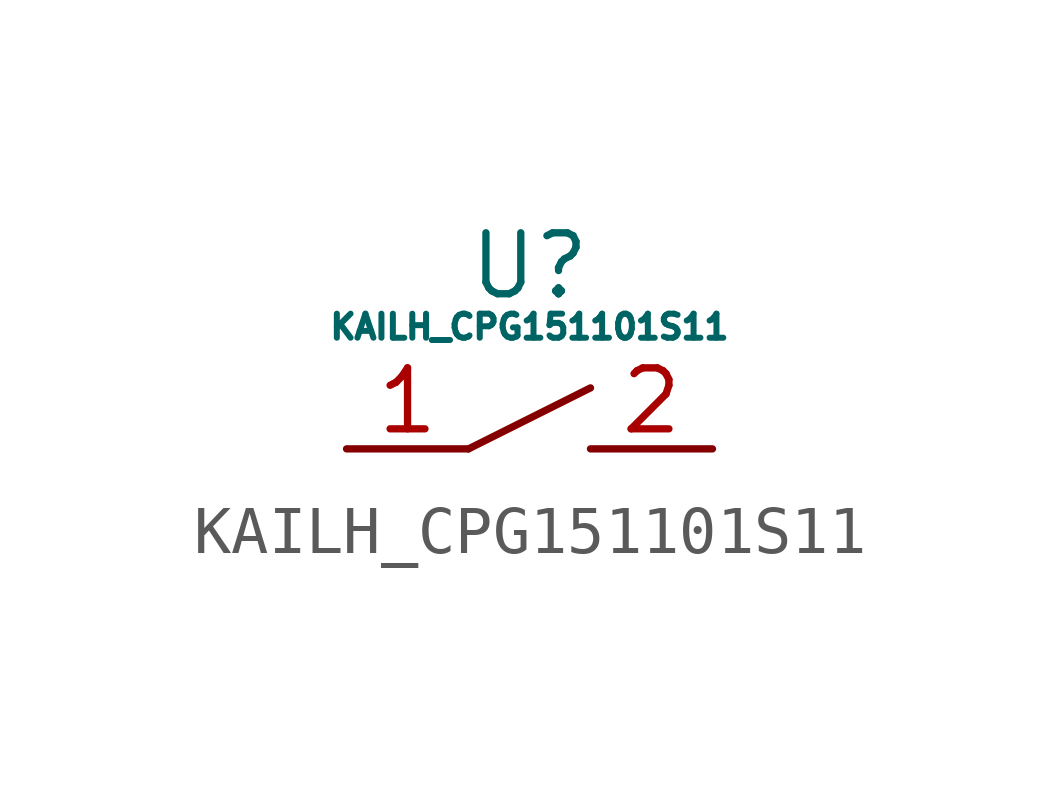
<source format=kicad_sym>
(kicad_symbol_lib
  (version 20211014)
  (generator kicad_symbol_editor)
  (symbol "KAILH_CPG151101S11"
    (property "Reference" "U"
      (at 0 3.81 0)
      (effects (font (size 1.27 1.27))))
    (property "Value" "KAILH_CPG151101S11"
      (at 0 2.54 0)
      (effects (font (size 0.5 0.5))))
    (symbol "KAILH_CPG151101S11_0_1"
      (polyline (pts (xy -1.27 0) (xy 1.27 1.27)) (stroke (width 0) (type default) (color 0 0 0 0)) (fill (type none))))
    (symbol "KAILH_CPG151101S11_1_1"
      (pin input line (at -3.81 0 0) (length 2.54) (name "" (effects (font (size 1.27 1.27)))) (number "1" (effects (font (size 1.27 1.27)))))
      (pin output line (at 3.81 0 180) (length 2.54) (name "" (effects (font (size 1.27 1.27)))) (number "2" (effects (font (size 1.27 1.27))))))))
</source>
